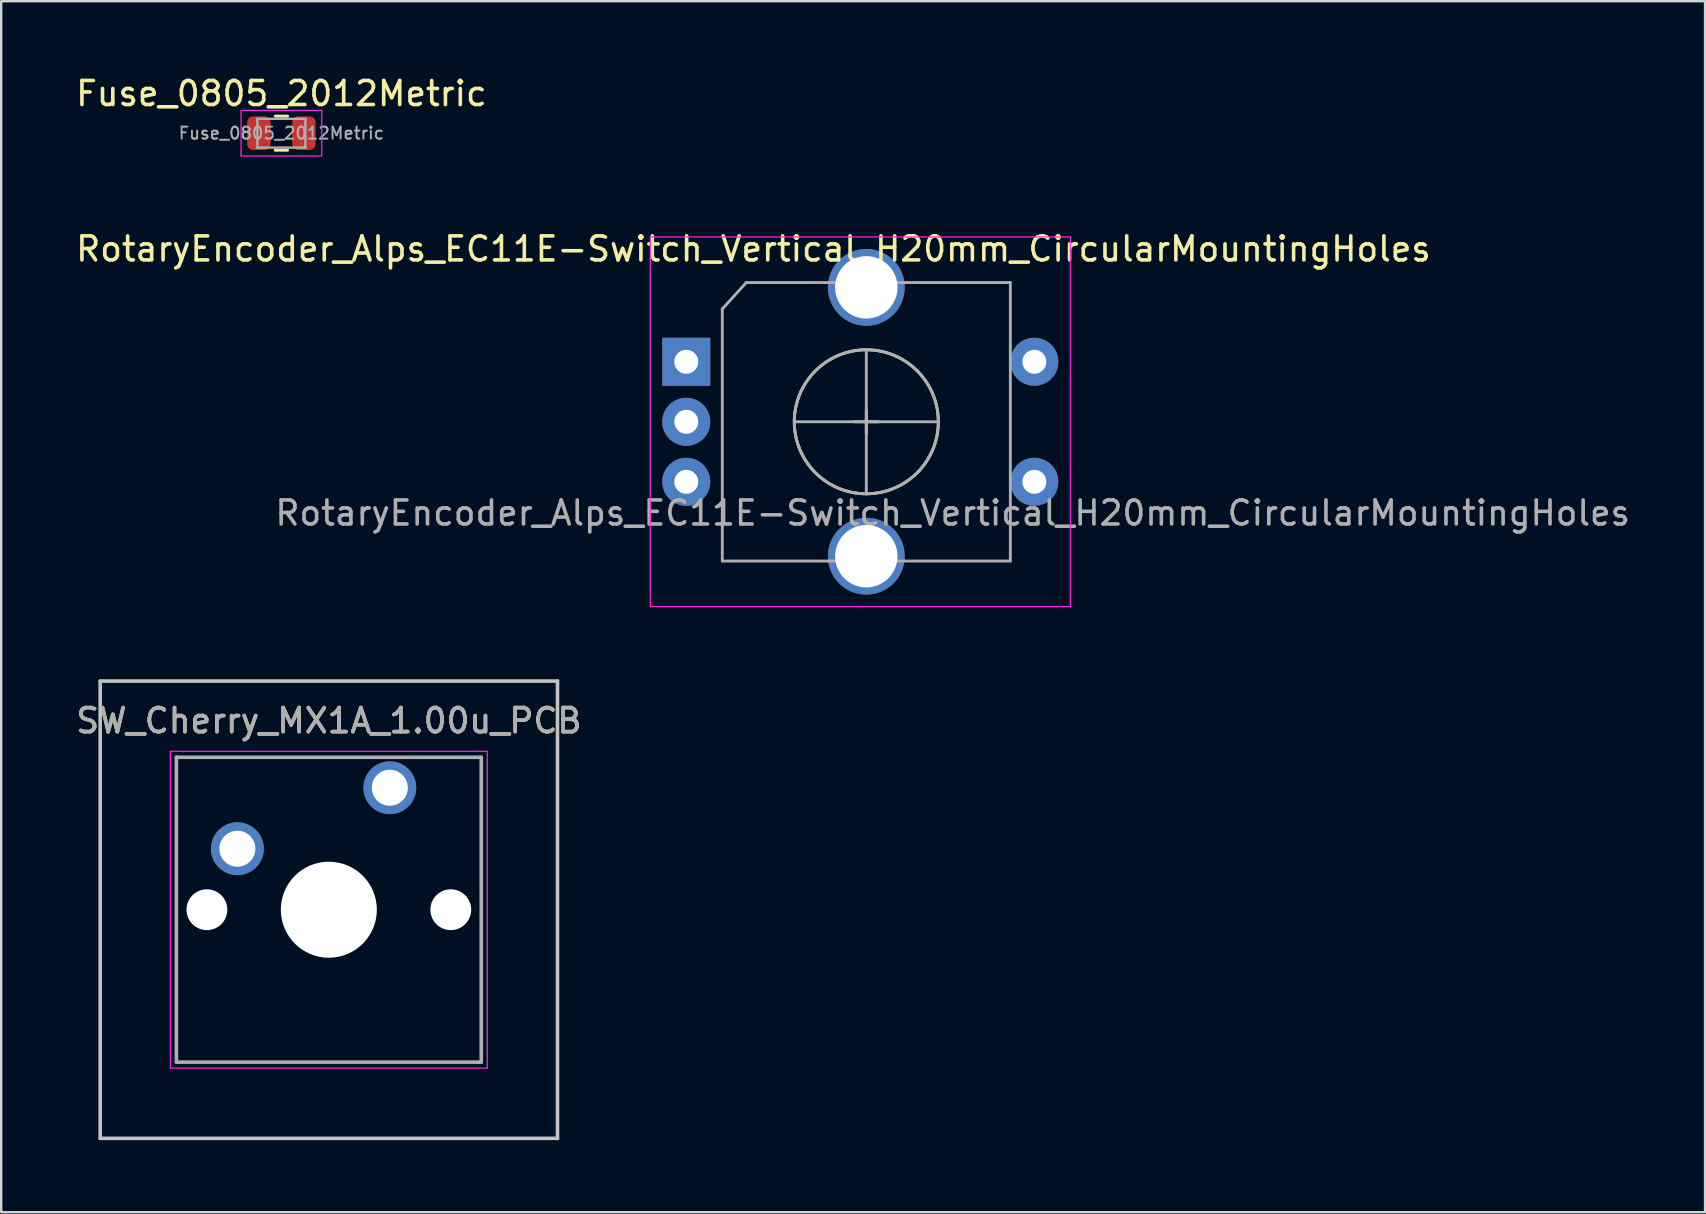
<source format=kicad_pcb>
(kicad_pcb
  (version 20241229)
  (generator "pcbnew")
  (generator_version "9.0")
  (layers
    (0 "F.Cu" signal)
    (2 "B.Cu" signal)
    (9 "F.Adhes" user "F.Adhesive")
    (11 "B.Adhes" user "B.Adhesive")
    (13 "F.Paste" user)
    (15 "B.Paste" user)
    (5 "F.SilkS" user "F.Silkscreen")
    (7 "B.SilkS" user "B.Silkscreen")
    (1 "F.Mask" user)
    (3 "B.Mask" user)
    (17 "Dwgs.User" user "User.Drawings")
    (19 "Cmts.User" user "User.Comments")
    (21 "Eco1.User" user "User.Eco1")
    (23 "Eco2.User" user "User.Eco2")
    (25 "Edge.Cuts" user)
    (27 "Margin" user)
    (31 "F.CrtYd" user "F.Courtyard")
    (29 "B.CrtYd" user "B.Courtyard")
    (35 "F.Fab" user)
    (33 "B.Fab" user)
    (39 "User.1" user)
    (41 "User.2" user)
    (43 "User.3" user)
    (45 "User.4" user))
  (footprint "Fuse_0805_2012Metric"
    (layer "F.Cu")
    (at 8.673 2.498)
    (property "Reference" "Fuse_0805_2012Metric" (at 0 -1.65 0) (layer "F.SilkS") (effects (font (size 1 1) (thickness 0.15))))
    (attr smd)
    (fp_line (start -0.259 -0.71) (end 0.259 -0.71) (stroke (width 0.12) (type solid)) (layer "F.SilkS"))
    (fp_line (start -0.259 0.71) (end 0.259 0.71) (stroke (width 0.12) (type solid)) (layer "F.SilkS"))
    (fp_line (start -1.68 -0.95) (end 1.68 -0.95) (stroke (width 0.05) (type solid)) (layer "F.CrtYd"))
    (fp_line (start -1.68 0.95) (end -1.68 -0.95) (stroke (width 0.05) (type solid)) (layer "F.CrtYd"))
    (fp_line (start 1.68 -0.95) (end 1.68 0.95) (stroke (width 0.05) (type solid)) (layer "F.CrtYd"))
    (fp_line (start 1.68 0.95) (end -1.68 0.95) (stroke (width 0.05) (type solid)) (layer "F.CrtYd"))
    (fp_line (start -1 -0.6) (end 1 -0.6) (stroke (width 0.1) (type solid)) (layer "F.Fab"))
    (fp_line (start -1 0.6) (end -1 -0.6) (stroke (width 0.1) (type solid)) (layer "F.Fab"))
    (fp_line (start 1 -0.6) (end 1 0.6) (stroke (width 0.1) (type solid)) (layer "F.Fab"))
    (fp_line (start 1 0.6) (end -1 0.6) (stroke (width 0.1) (type solid)) (layer "F.Fab"))
    (fp_text user "${REFERENCE}" (at 0 0 0) (layer "F.Fab") (effects (font (size 0.5 0.5) (thickness 0.08))))
    (pad "1" smd roundrect (at -0.938 0) (size 0.975 1.4) (layers "F.Cu" "F.Mask" "F.Paste") (roundrect_rratio 0.25))
    (pad "2" smd roundrect (at 0.938 0) (size 0.975 1.4) (layers "F.Cu" "F.Mask" "F.Paste") (roundrect_rratio 0.25)))
  (footprint "RotaryEncoder_Alps_EC11E-Switch_Vertical_H20mm_CircularMountingHoles"
    (layer "F.Cu")
    (at 33.039 14.521)
    (property "Reference" "RotaryEncoder_Alps_EC11E-Switch_Vertical_H20mm_CircularMountingHoles" (at -4.7 -7.2 0) (layer "F.SilkS") (effects (font (size 1 1) (thickness 0.15))))
    (attr through_hole)
    (fp_line (start -0.5 0) (end 0.5 0) (stroke (width 0.12) (type solid)) (layer "F.SilkS"))
    (fp_line (start 0 -0.5) (end 0 0.5) (stroke (width 0.12) (type solid)) (layer "F.SilkS"))
    (fp_circle (center 0 0) (end 3 0) (stroke (width 0.12) (type solid)) (fill no) (layer "F.SilkS"))
    (fp_line (start -9 -7.7) (end -9 7.7) (stroke (width 0.05) (type solid)) (layer "F.CrtYd"))
    (fp_line (start -9 -7.7) (end 8.5 -7.7) (stroke (width 0.05) (type solid)) (layer "F.CrtYd"))
    (fp_line (start 8.5 7.7) (end -9 7.7) (stroke (width 0.05) (type solid)) (layer "F.CrtYd"))
    (fp_line (start 8.5 7.7) (end 8.5 -7.7) (stroke (width 0.05) (type solid)) (layer "F.CrtYd"))
    (fp_line (start -6 -4.7) (end -5 -5.8) (stroke (width 0.12) (type solid)) (layer "F.Fab"))
    (fp_line (start -6 5.8) (end -6 -4.7) (stroke (width 0.12) (type solid)) (layer "F.Fab"))
    (fp_line (start -5 -5.8) (end 6 -5.8) (stroke (width 0.12) (type solid)) (layer "F.Fab"))
    (fp_line (start -3 0) (end 3 0) (stroke (width 0.12) (type solid)) (layer "F.Fab"))
    (fp_line (start 0 -3) (end 0 3) (stroke (width 0.12) (type solid)) (layer "F.Fab"))
    (fp_line (start 6 -5.8) (end 6 5.8) (stroke (width 0.12) (type solid)) (layer "F.Fab"))
    (fp_line (start 6 5.8) (end -6 5.8) (stroke (width 0.12) (type solid)) (layer "F.Fab"))
    (fp_circle (center 0 0) (end 3 0) (stroke (width 0.12) (type solid)) (fill no) (layer "F.Fab"))
    (fp_text user "${REFERENCE}" (at 3.6 3.8 0) (layer "F.Fab") (effects (font (size 1 1) (thickness 0.15))))
    (pad "A" thru_hole rect (at -7.5 -2.5) (size 2 2) (drill 1) (layers "*.Cu" "*.Mask"))
    (pad "B" thru_hole circle (at -7.5 2.5) (size 2 2) (drill 1) (layers "*.Cu" "*.Mask"))
    (pad "C" thru_hole circle (at -7.5 0) (size 2 2) (drill 1) (layers "*.Cu" "*.Mask"))
    (pad "MP" thru_hole circle (at 0 -5.6) (size 3.2 3.2) (drill 2.6) (layers "*.Cu" "*.Mask"))
    (pad "MP" thru_hole circle (at 0 5.6) (size 3.2 3.2) (drill 2.6) (layers "*.Cu" "*.Mask"))
    (pad "S1" thru_hole circle (at 7 2.5) (size 2 2) (drill 1) (layers "*.Cu" "*.Mask"))
    (pad "S2" thru_hole circle (at 7 -2.5) (size 2 2) (drill 1) (layers "*.Cu" "*.Mask")))
  (footprint "SW_Cherry_MX1A_1.00u_PCB"
    (layer "F.Cu")
    (at 10.589 34.867)
    (property "Reference" "SW_Cherry_MX1A_1.00u_PCB" (at 0.06 -7.894 0) (layer "F.SilkS") (effects (font (size 1 1) (thickness 0.15))))
    (attr through_hole)
    (fp_line (start -9.465 -9.545) (end 9.585 -9.545) (stroke (width 0.15) (type solid)) (layer "Dwgs.User"))
    (fp_line (start -9.465 9.505) (end -9.465 -9.545) (stroke (width 0.15) (type solid)) (layer "Dwgs.User"))
    (fp_line (start 9.585 -9.545) (end 9.585 9.505) (stroke (width 0.15) (type solid)) (layer "Dwgs.User"))
    (fp_line (start 9.585 9.505) (end -9.465 9.505) (stroke (width 0.15) (type solid)) (layer "Dwgs.User"))
    (fp_line (start -6.54 -6.62) (end 6.66 -6.62) (stroke (width 0.05) (type solid)) (layer "F.CrtYd"))
    (fp_line (start -6.54 6.58) (end -6.54 -6.62) (stroke (width 0.05) (type solid)) (layer "F.CrtYd"))
    (fp_line (start 6.66 -6.62) (end 6.66 6.58) (stroke (width 0.05) (type solid)) (layer "F.CrtYd"))
    (fp_line (start 6.66 6.58) (end -6.54 6.58) (stroke (width 0.05) (type solid)) (layer "F.CrtYd"))
    (fp_line (start -6.29 -6.37) (end 6.41 -6.37) (stroke (width 0.15) (type solid)) (layer "F.Fab"))
    (fp_line (start -6.29 6.33) (end -6.29 -6.37) (stroke (width 0.15) (type solid)) (layer "F.Fab"))
    (fp_line (start 6.41 -6.37) (end 6.41 6.33) (stroke (width 0.15) (type solid)) (layer "F.Fab"))
    (fp_line (start 6.41 6.33) (end -6.29 6.33) (stroke (width 0.15) (type solid)) (layer "F.Fab"))
    (fp_text user "${REFERENCE}" (at 0.06 -7.894 0) (layer "F.Fab") (effects (font (size 1 1) (thickness 0.15))))
    (pad "" np_thru_hole circle (at -5.02 -0.02) (size 1.7 1.7) (drill 1.7) (layers "*.Cu" "*.Mask"))
    (pad "" np_thru_hole circle (at 0.06 -0.02) (size 4 4) (drill 4) (layers "*.Cu" "*.Mask"))
    (pad "" np_thru_hole circle (at 5.14 -0.02) (size 1.7 1.7) (drill 1.7) (layers "*.Cu" "*.Mask"))
    (pad "1" thru_hole circle (at 2.6 -5.1) (size 2.2 2.2) (drill 1.5) (layers "*.Cu" "*.Mask"))
    (pad "2" thru_hole circle (at -3.75 -2.56) (size 2.2 2.2) (drill 1.5) (layers "*.Cu" "*.Mask")))
  (gr_rect
    (start -3 -3)
    (end 67.979 47.447)
    (stroke (width 0.1) (type default))
    (fill no)
    (layer "Edge.Cuts")))
</source>
